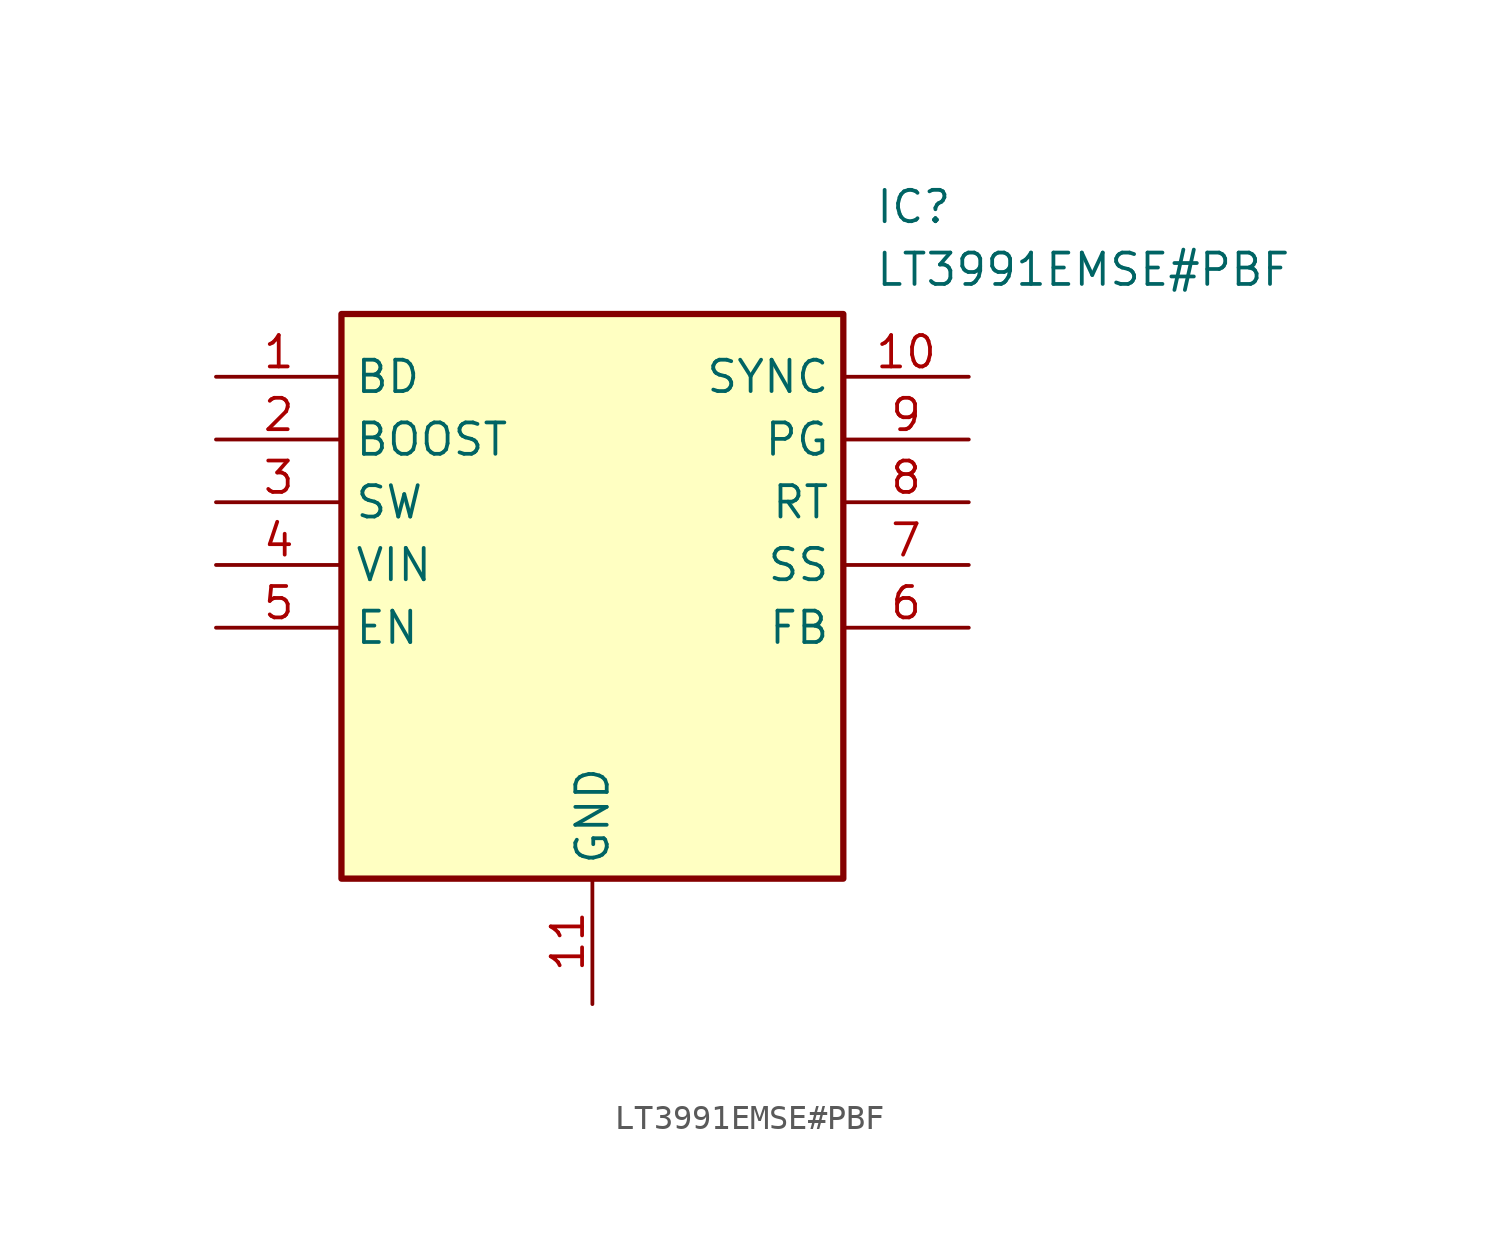
<source format=kicad_sym>
(kicad_symbol_lib
  (version 20211014)
  (generator SamacSys_ECAD_Model)
  (symbol "LT3991EMSE#PBF"
    (property "Reference" "IC"
      (at 26.67 7.62 0)
      (effects (font (size 1.27 1.27)) (justify left top)))
    (property "Value" "LT3991EMSE#PBF"
      (at 26.67 5.08 0)
      (effects (font (size 1.27 1.27)) (justify left top)))
    (rectangle
      (start 5.08 2.54)
      (end 25.4 -20.32)
      (stroke (width 0.254) (type default))
      (fill (type background)))
    (pin passive line
      (at 0 0 0)
      (length 5.08)
      (name "BD" (effects (font (size 1.27 1.27))))
      (number "1" (effects (font (size 1.27 1.27)))))
    (pin passive line
      (at 0 -2.54 0)
      (length 5.08)
      (name "BOOST" (effects (font (size 1.27 1.27))))
      (number "2" (effects (font (size 1.27 1.27)))))
    (pin passive line
      (at 0 -5.08 0)
      (length 5.08)
      (name "SW" (effects (font (size 1.27 1.27))))
      (number "3" (effects (font (size 1.27 1.27)))))
    (pin passive line
      (at 0 -7.62 0)
      (length 5.08)
      (name "VIN" (effects (font (size 1.27 1.27))))
      (number "4" (effects (font (size 1.27 1.27)))))
    (pin passive line
      (at 0 -10.16 0)
      (length 5.08)
      (name "EN" (effects (font (size 1.27 1.27))))
      (number "5" (effects (font (size 1.27 1.27)))))
    (pin passive line
      (at 15.24 -25.4 90)
      (length 5.08)
      (name "GND" (effects (font (size 1.27 1.27))))
      (number "11" (effects (font (size 1.27 1.27)))))
    (pin passive line
      (at 30.48 0 180)
      (length 5.08)
      (name "SYNC" (effects (font (size 1.27 1.27))))
      (number "10" (effects (font (size 1.27 1.27)))))
    (pin passive line
      (at 30.48 -2.54 180)
      (length 5.08)
      (name "PG" (effects (font (size 1.27 1.27))))
      (number "9" (effects (font (size 1.27 1.27)))))
    (pin passive line
      (at 30.48 -5.08 180)
      (length 5.08)
      (name "RT" (effects (font (size 1.27 1.27))))
      (number "8" (effects (font (size 1.27 1.27)))))
    (pin passive line
      (at 30.48 -7.62 180)
      (length 5.08)
      (name "SS" (effects (font (size 1.27 1.27))))
      (number "7" (effects (font (size 1.27 1.27)))))
    (pin passive line
      (at 30.48 -10.16 180)
      (length 5.08)
      (name "FB" (effects (font (size 1.27 1.27))))
      (number "6" (effects (font (size 1.27 1.27)))))))
</source>
